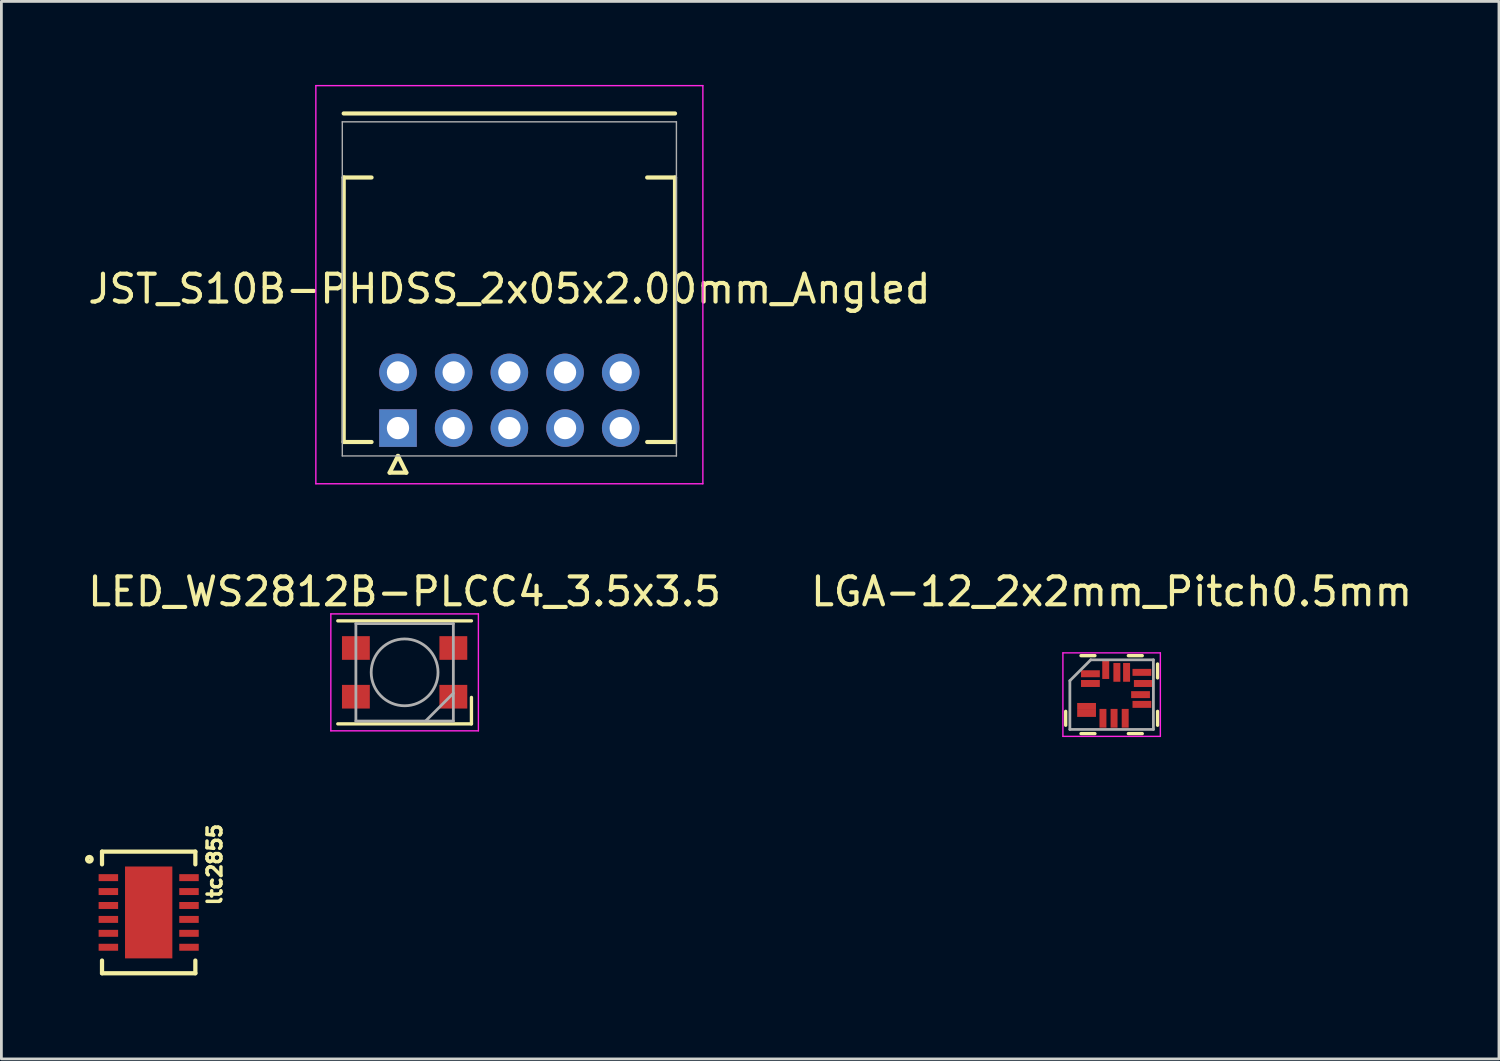
<source format=kicad_pcb>
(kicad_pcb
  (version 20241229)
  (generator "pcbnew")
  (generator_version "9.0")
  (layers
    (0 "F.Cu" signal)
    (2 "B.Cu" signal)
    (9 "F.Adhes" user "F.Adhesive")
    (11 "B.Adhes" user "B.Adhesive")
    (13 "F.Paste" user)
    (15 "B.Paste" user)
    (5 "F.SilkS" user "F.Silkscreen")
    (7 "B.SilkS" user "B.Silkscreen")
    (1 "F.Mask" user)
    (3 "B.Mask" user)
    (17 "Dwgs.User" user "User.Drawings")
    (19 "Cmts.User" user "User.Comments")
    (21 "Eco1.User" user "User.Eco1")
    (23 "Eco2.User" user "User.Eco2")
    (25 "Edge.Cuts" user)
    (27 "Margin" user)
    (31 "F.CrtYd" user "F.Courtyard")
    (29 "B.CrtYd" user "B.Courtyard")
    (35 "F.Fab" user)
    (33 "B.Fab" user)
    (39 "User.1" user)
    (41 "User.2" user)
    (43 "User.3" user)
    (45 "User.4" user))
  (footprint "LGA-12_2x2mm_Pitch0.5mm"
    (layer "F.Cu")
    (at 36.875 21.898)
    (property "Reference" "LGA-12_2x2mm_Pitch0.5mm" (at 0 -3.7 0) (layer "F.SilkS") (effects (font (size 1 1) (thickness 0.15))))
    (attr smd)
    (fp_line (start -1.65 1.1) (end -1.65 0.6) (stroke (width 0.12) (type solid)) (layer "F.SilkS"))
    (fp_line (start -0.6 -1.4) (end -1.1 -1.4) (stroke (width 0.12) (type solid)) (layer "F.SilkS"))
    (fp_line (start -0.6 1.4) (end -1.1 1.4) (stroke (width 0.12) (type solid)) (layer "F.SilkS"))
    (fp_line (start 0.6 -1.4) (end 1.1 -1.4) (stroke (width 0.12) (type solid)) (layer "F.SilkS"))
    (fp_line (start 1.1 1.4) (end 0.6 1.4) (stroke (width 0.12) (type solid)) (layer "F.SilkS"))
    (fp_line (start 1.65 -1.1) (end 1.65 -0.6) (stroke (width 0.12) (type solid)) (layer "F.SilkS"))
    (fp_line (start 1.65 0.6) (end 1.65 1.1) (stroke (width 0.12) (type solid)) (layer "F.SilkS"))
    (fp_line (start -1.75 -1.5) (end 1.75 -1.5) (stroke (width 0.05) (type solid)) (layer "F.CrtYd"))
    (fp_line (start -1.75 1.5) (end -1.75 -1.5) (stroke (width 0.05) (type solid)) (layer "F.CrtYd"))
    (fp_line (start 1.75 -1.5) (end 1.75 1.5) (stroke (width 0.05) (type solid)) (layer "F.CrtYd"))
    (fp_line (start 1.75 1.5) (end -1.75 1.5) (stroke (width 0.05) (type solid)) (layer "F.CrtYd"))
    (fp_line (start -1.5 -0.5) (end -0.75 -1.25) (stroke (width 0.1) (type solid)) (layer "F.Fab"))
    (fp_line (start -1.5 1.25) (end -1.5 -0.5) (stroke (width 0.1) (type solid)) (layer "F.Fab"))
    (fp_line (start -0.75 -1.25) (end 1.5 -1.25) (stroke (width 0.1) (type solid)) (layer "F.Fab"))
    (fp_line (start 1.5 -1.25) (end 1.5 1.25) (stroke (width 0.1) (type solid)) (layer "F.Fab"))
    (fp_line (start 1.5 1.25) (end -1.5 1.25) (stroke (width 0.1) (type solid)) (layer "F.Fab"))
    (pad "1" smd rect (at -0.9 0.425) (size 0.675 0.25) (layers "F.Cu" "F.Mask" "F.Paste"))
    (pad "1" smd rect (at -0.9 0.675) (size 0.675 0.25) (layers "F.Cu" "F.Mask" "F.Paste"))
    (pad "1" smd rect (at -0.762 -0.75) (size 0.675 0.25) (layers "F.Cu" "F.Mask" "F.Paste"))
    (pad "1" smd rect (at -0.762 -0.4) (size 0.675 0.25) (layers "F.Cu" "F.Mask" "F.Paste"))
    (pad "1" smd rect (at -0.312 0.85 90) (size 0.675 0.25) (layers "F.Cu" "F.Mask" "F.Paste"))
    (pad "1" smd rect (at -0.212 -0.9 90) (size 0.675 0.25) (layers "F.Cu" "F.Mask" "F.Paste"))
    (pad "1" smd rect (at 0.087 0.85 90) (size 0.675 0.25) (layers "F.Cu" "F.Mask" "F.Paste"))
    (pad "1" smd rect (at 0.188 -0.8 90) (size 0.675 0.25) (layers "F.Cu" "F.Mask" "F.Paste"))
    (pad "1" smd rect (at 0.487 0.85 90) (size 0.675 0.25) (layers "F.Cu" "F.Mask" "F.Paste"))
    (pad "1" smd rect (at 0.537 -0.8 90) (size 0.675 0.25) (layers "F.Cu" "F.Mask" "F.Paste"))
    (pad "1" smd rect (at 1.038 0) (size 0.675 0.25) (layers "F.Cu" "F.Mask" "F.Paste"))
    (pad "1" smd rect (at 1.087 -0.8) (size 0.675 0.25) (layers "F.Cu" "F.Mask" "F.Paste"))
    (pad "1" smd rect (at 1.087 0.35) (size 0.675 0.25) (layers "F.Cu" "F.Mask" "F.Paste"))
    (pad "1" smd rect (at 1.137 -0.4) (size 0.675 0.25) (layers "F.Cu" "F.Mask" "F.Paste")))
  (footprint "JST_S10B-PHDSS_2x05x2.00mm_Angled"
    (layer "F.Cu")
    (at 11.244 12.325)
    (property "Reference" "JST_S10B-PHDSS_2x05x2.00mm_Angled" (at 4 -5 0) (layer "F.SilkS") (effects (font (size 1 1) (thickness 0.15))))
    (attr through_hole)
    (fp_line (start -1.95 -11.3) (end 9.95 -11.3) (stroke (width 0.15) (type solid)) (layer "F.SilkS"))
    (fp_line (start -1.95 -9) (end -0.95 -9) (stroke (width 0.15) (type solid)) (layer "F.SilkS"))
    (fp_line (start -1.95 0.5) (end -1.95 -9) (stroke (width 0.15) (type solid)) (layer "F.SilkS"))
    (fp_line (start -1.95 0.5) (end -0.95 0.5) (stroke (width 0.15) (type solid)) (layer "F.SilkS"))
    (fp_line (start -0.3 1.6) (end 0.3 1.6) (stroke (width 0.15) (type solid)) (layer "F.SilkS"))
    (fp_line (start 0 1) (end -0.3 1.6) (stroke (width 0.15) (type solid)) (layer "F.SilkS"))
    (fp_line (start 0.3 1.6) (end 0 1) (stroke (width 0.15) (type solid)) (layer "F.SilkS"))
    (fp_line (start 8.95 -9) (end 9.95 -9) (stroke (width 0.15) (type solid)) (layer "F.SilkS"))
    (fp_line (start 9.95 0.5) (end 8.95 0.5) (stroke (width 0.15) (type solid)) (layer "F.SilkS"))
    (fp_line (start 9.95 0.5) (end 9.95 -9) (stroke (width 0.15) (type solid)) (layer "F.SilkS"))
    (fp_line (start -2.95 -12.3) (end 10.95 -12.3) (stroke (width 0.05) (type solid)) (layer "F.CrtYd"))
    (fp_line (start -2.95 2) (end -2.95 -12.3) (stroke (width 0.05) (type solid)) (layer "F.CrtYd"))
    (fp_line (start -2.95 2) (end 10.95 2) (stroke (width 0.05) (type solid)) (layer "F.CrtYd"))
    (fp_line (start 10.95 2) (end 10.95 -12.3) (stroke (width 0.05) (type solid)) (layer "F.CrtYd"))
    (fp_line (start -2 -11) (end -2 1) (stroke (width 0.05) (type solid)) (layer "F.Fab"))
    (fp_line (start -2 1) (end 10 1) (stroke (width 0.05) (type solid)) (layer "F.Fab"))
    (fp_line (start 10 -11) (end -2 -11) (stroke (width 0.05) (type solid)) (layer "F.Fab"))
    (fp_line (start 10 1) (end 10 -11) (stroke (width 0.05) (type solid)) (layer "F.Fab"))
    (pad "1" thru_hole rect (at 0 0) (size 1.35 1.35) (drill 0.8) (layers "*.Cu" "*.Mask"))
    (pad "2" thru_hole circle (at 2 0) (size 1.35 1.35) (drill 0.8) (layers "*.Cu" "*.Mask"))
    (pad "3" thru_hole circle (at 4 0) (size 1.35 1.35) (drill 0.8) (layers "*.Cu" "*.Mask"))
    (pad "4" thru_hole circle (at 6 0) (size 1.35 1.35) (drill 0.8) (layers "*.Cu" "*.Mask"))
    (pad "5" thru_hole circle (at 8 0) (size 1.35 1.35) (drill 0.8) (layers "*.Cu" "*.Mask"))
    (pad "6" thru_hole circle (at 0 -2) (size 1.35 1.35) (drill 0.8) (layers "*.Cu" "*.Mask"))
    (pad "7" thru_hole circle (at 2 -2) (size 1.35 1.35) (drill 0.8) (layers "*.Cu" "*.Mask"))
    (pad "8" thru_hole circle (at 4 -2) (size 1.35 1.35) (drill 0.8) (layers "*.Cu" "*.Mask"))
    (pad "9" thru_hole circle (at 6 -2) (size 1.35 1.35) (drill 0.8) (layers "*.Cu" "*.Mask"))
    (pad "10" thru_hole circle (at 8 -2) (size 1.35 1.35) (drill 0.8) (layers "*.Cu" "*.Mask")))
  (footprint "LED_WS2812B-PLCC4_3.5x3.5"
    (layer "F.Cu")
    (at 11.482 21.098)
    (property "Reference" "LED_WS2812B-PLCC4_3.5x3.5" (at 0 -2.9 0) (layer "F.SilkS") (effects (font (size 1 1) (thickness 0.15))))
    (attr smd)
    (fp_line (start -2.4 -1.85) (end 2.4 -1.85) (stroke (width 0.12) (type solid)) (layer "F.SilkS"))
    (fp_line (start -2.4 1.85) (end 2.4 1.85) (stroke (width 0.12) (type solid)) (layer "F.SilkS"))
    (fp_line (start 2.4 1.85) (end 2.4 0.9) (stroke (width 0.12) (type solid)) (layer "F.SilkS"))
    (fp_line (start -2.65 -2.1) (end -2.65 2.1) (stroke (width 0.05) (type solid)) (layer "F.CrtYd"))
    (fp_line (start -2.65 2.1) (end 2.65 2.1) (stroke (width 0.05) (type solid)) (layer "F.CrtYd"))
    (fp_line (start 2.65 -2.1) (end -2.65 -2.1) (stroke (width 0.05) (type solid)) (layer "F.CrtYd"))
    (fp_line (start 2.65 2.1) (end 2.65 -2.1) (stroke (width 0.05) (type solid)) (layer "F.CrtYd"))
    (fp_line (start -1.75 -1.75) (end -1.75 1.75) (stroke (width 0.1) (type solid)) (layer "F.Fab"))
    (fp_line (start -1.75 1.75) (end 1.75 1.75) (stroke (width 0.1) (type solid)) (layer "F.Fab"))
    (fp_line (start 1.75 -1.75) (end -1.75 -1.75) (stroke (width 0.1) (type solid)) (layer "F.Fab"))
    (fp_line (start 1.75 0.75) (end 0.75 1.75) (stroke (width 0.1) (type solid)) (layer "F.Fab"))
    (fp_line (start 1.75 1.75) (end 1.75 -1.75) (stroke (width 0.1) (type solid)) (layer "F.Fab"))
    (fp_circle (center 0 0) (end 0 -1.2) (stroke (width 0.1) (type solid)) (fill no) (layer "F.Fab"))
    (pad "1" smd rect (at -1.75 -0.875) (size 1 0.85) (layers "F.Cu" "F.Mask" "F.Paste"))
    (pad "2" smd rect (at -1.75 0.875) (size 1 0.85) (layers "F.Cu" "F.Mask" "F.Paste"))
    (pad "3" smd rect (at 1.75 0.875) (size 1 0.85) (layers "F.Cu" "F.Mask" "F.Paste"))
    (pad "4" smd rect (at 1.75 -0.875) (size 1 0.85) (layers "F.Cu" "F.Mask" "F.Paste")))
  (footprint "ltc2855"
    (layer "F.Cu")
    (at 2.29 29.721)
    (property "Reference" "ltc2855" (at 2.37 -1.72 90) (layer "F.SilkS") (effects (font (size 0.5 0.5) (thickness 0.125))))
    (attr smd)
    (fp_line (start -1.676 -2.184) (end -1.676 -1.727) (stroke (width 0.152) (type solid)) (layer "F.SilkS"))
    (fp_line (start -1.676 1.727) (end -1.676 2.184) (stroke (width 0.152) (type solid)) (layer "F.SilkS"))
    (fp_line (start -1.676 2.184) (end 1.676 2.184) (stroke (width 0.152) (type solid)) (layer "F.SilkS"))
    (fp_line (start 1.676 -2.184) (end -1.676 -2.184) (stroke (width 0.152) (type solid)) (layer "F.SilkS"))
    (fp_line (start 1.676 -1.727) (end 1.676 -2.184) (stroke (width 0.152) (type solid)) (layer "F.SilkS"))
    (fp_line (start 1.676 2.184) (end 1.676 1.727) (stroke (width 0.152) (type solid)) (layer "F.SilkS"))
    (fp_circle (center -2.13 -1.91) (end -2.07 -1.85) (stroke (width 0.15) (type solid)) (fill no) (layer "F.SilkS"))
    (fp_poly (pts (xy -0.802 -1.602) (xy -0.802 -0.1) (xy 0.802 -0.1) (xy 0.802 -1.602)) (stroke (width 0.025) (type solid)) (fill yes) (layer "F.Paste"))
    (fp_poly (pts (xy -0.802 0.1) (xy -0.802 1.602) (xy 0.802 1.602) (xy 0.802 0.1)) (stroke (width 0.025) (type solid)) (fill yes) (layer "F.Paste"))
    (fp_line (start -1.549 -2.032) (end -1.549 2.032) (stroke (width 0.152) (type solid)) (layer "Eco2.User"))
    (fp_line (start -1.549 2.032) (end 1.549 2.032) (stroke (width 0.152) (type solid)) (layer "Eco2.User"))
    (fp_line (start -0.305 -2.032) (end -1.549 -2.032) (stroke (width 0.152) (type solid)) (layer "Eco2.User"))
    (fp_line (start 1.549 -2.032) (end -0.305 -2.032) (stroke (width 0.152) (type solid)) (layer "Eco2.User"))
    (fp_line (start 1.549 2.032) (end 1.549 -2.032) (stroke (width 0.152) (type solid)) (layer "Eco2.User"))
    (fp_arc (start 0.3048 -2.0574) (mid 0.0127 -1.7399) (end -0.3048 -2.032) (stroke (width 0.1524) (type solid)) (layer "Eco2.User"))
    (pad "1" smd rect (at -1.448 -1.25) (size 0.7 0.25) (layers "F.Cu" "F.Mask" "F.Paste"))
    (pad "2" smd rect (at -1.448 -0.75) (size 0.7 0.25) (layers "F.Cu" "F.Mask" "F.Paste"))
    (pad "3" smd rect (at -1.448 -0.25) (size 0.7 0.25) (layers "F.Cu" "F.Mask" "F.Paste"))
    (pad "4" smd rect (at -1.448 0.25) (size 0.7 0.25) (layers "F.Cu" "F.Mask" "F.Paste"))
    (pad "5" smd rect (at -1.448 0.75) (size 0.7 0.25) (layers "F.Cu" "F.Mask" "F.Paste"))
    (pad "6" smd rect (at -1.448 1.25) (size 0.7 0.25) (layers "F.Cu" "F.Mask" "F.Paste"))
    (pad "7" smd rect (at 1.448 1.25) (size 0.7 0.25) (layers "F.Cu" "F.Mask" "F.Paste"))
    (pad "8" smd rect (at 1.448 0.75) (size 0.7 0.25) (layers "F.Cu" "F.Mask" "F.Paste"))
    (pad "9" smd rect (at 1.448 0.25) (size 0.7 0.25) (layers "F.Cu" "F.Mask" "F.Paste"))
    (pad "10" smd rect (at 1.448 -0.25) (size 0.7 0.25) (layers "F.Cu" "F.Mask" "F.Paste"))
    (pad "11" smd rect (at 1.448 -0.75) (size 0.7 0.25) (layers "F.Cu" "F.Mask" "F.Paste"))
    (pad "12" smd rect (at 1.448 -1.25) (size 0.7 0.25) (layers "F.Cu" "F.Mask" "F.Paste"))
    (pad "13" smd rect (at 0 0) (size 1.7 3.3) (layers "F.Cu" "F.Mask" "F.Paste")))
  (gr_rect
    (start -3 -3)
    (end 50.786 34.982)
    (stroke (width 0.1) (type default))
    (fill no)
    (layer "Edge.Cuts")))
</source>
